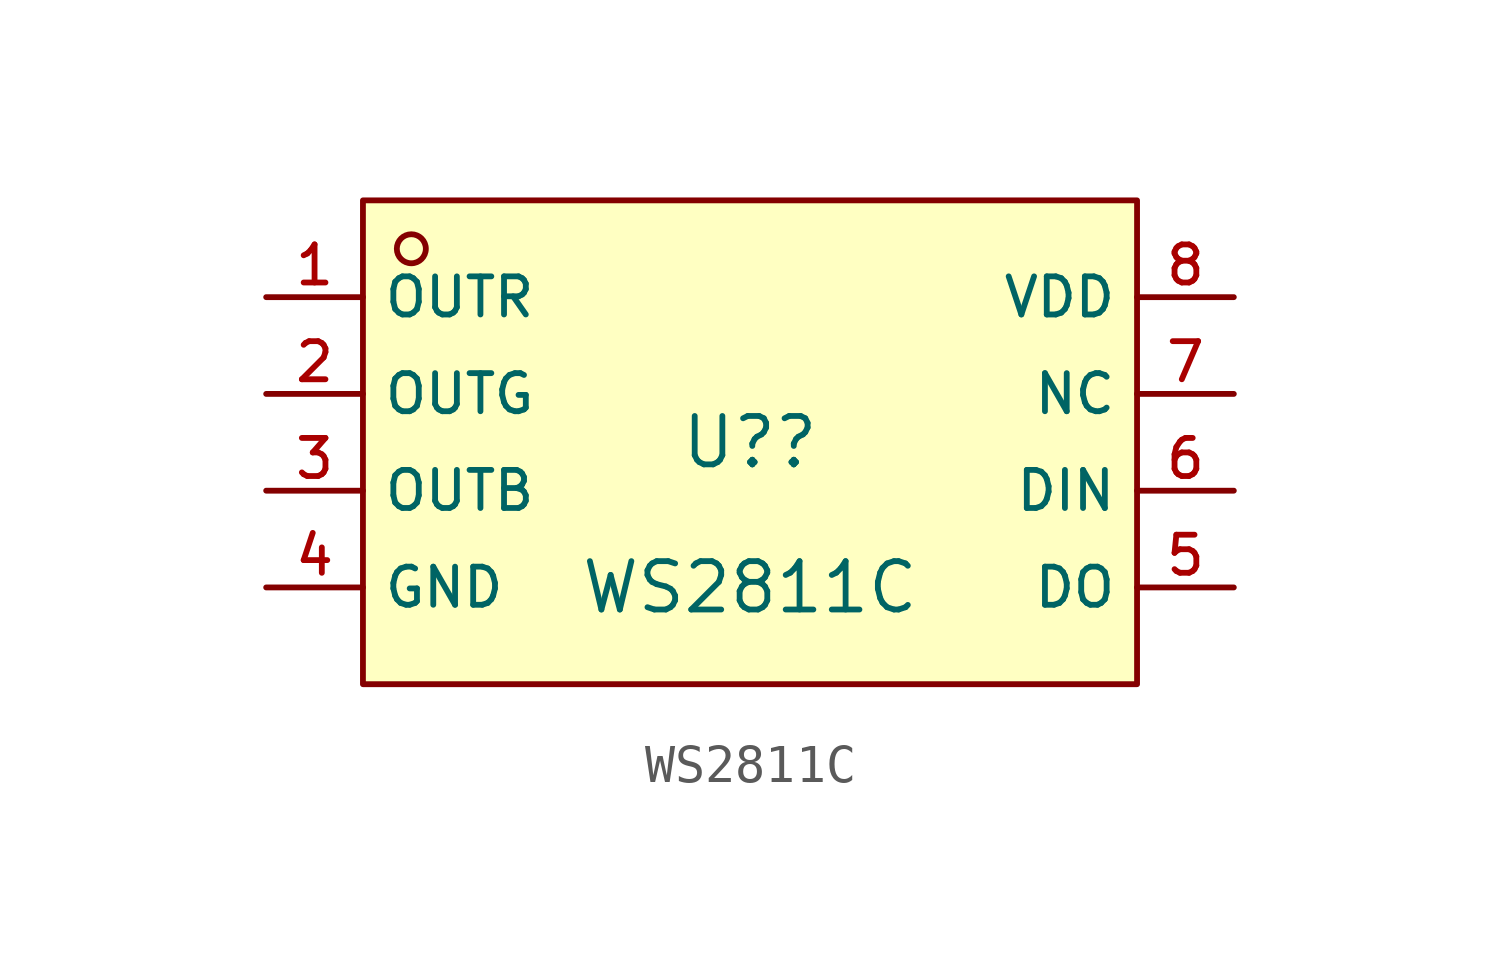
<source format=kicad_sym>
(kicad_symbol_lib
  (version 20210201)
  (generator TousstNicolas/JLC2KiCad_lib)
  (symbol "WS2811C"
    (property "Reference" "U?"
      (at 0 1.27 0)
      (effects (font (size 1.27 1.27))))
    (property "Value" "WS2811C"
      (at 0 -2.54 0)
      (effects (font (size 1.27 1.27))))
    (symbol "WS2811C_0_1"
      (pin unspecified line (at 12.7 5.08 180) (length 2.54) (name "VDD" (effects (font (size 1 1)))) (number "8" (effects (font (size 1 1)))))
      (pin unspecified line (at 12.7 2.54 180) (length 2.54) (name "NC" (effects (font (size 1 1)))) (number "7" (effects (font (size 1 1)))))
      (pin unspecified line (at 12.7 -0.0 180) (length 2.54) (name "DIN" (effects (font (size 1 1)))) (number "6" (effects (font (size 1 1)))))
      (pin unspecified line (at 12.7 -2.54 180) (length 2.54) (name "DO" (effects (font (size 1 1)))) (number "5" (effects (font (size 1 1)))))
      (pin unspecified line (at -12.7 -2.54 0) (length 2.54) (name "GND" (effects (font (size 1 1)))) (number "4" (effects (font (size 1 1)))))
      (pin unspecified line (at -12.7 -0.0 0) (length 2.54) (name "OUTB" (effects (font (size 1 1)))) (number "3" (effects (font (size 1 1)))))
      (pin unspecified line (at -12.7 2.54 0) (length 2.54) (name "OUTG" (effects (font (size 1 1)))) (number "2" (effects (font (size 1 1)))))
      (pin unspecified line (at -12.7 5.08 0) (length 2.54) (name "OUTR" (effects (font (size 1 1)))) (number "1" (effects (font (size 1 1)))))
      (circle (center -8.89 6.35) (radius 0.381) (stroke (width 0) (type default) (color 0 0 0 0)) (fill (type background)))
      (rectangle (start -10.16 7.62) (end 10.16 -5.08) (stroke (width 0) (type default) (color 0 0 0 0)) (fill (type background))))))
</source>
